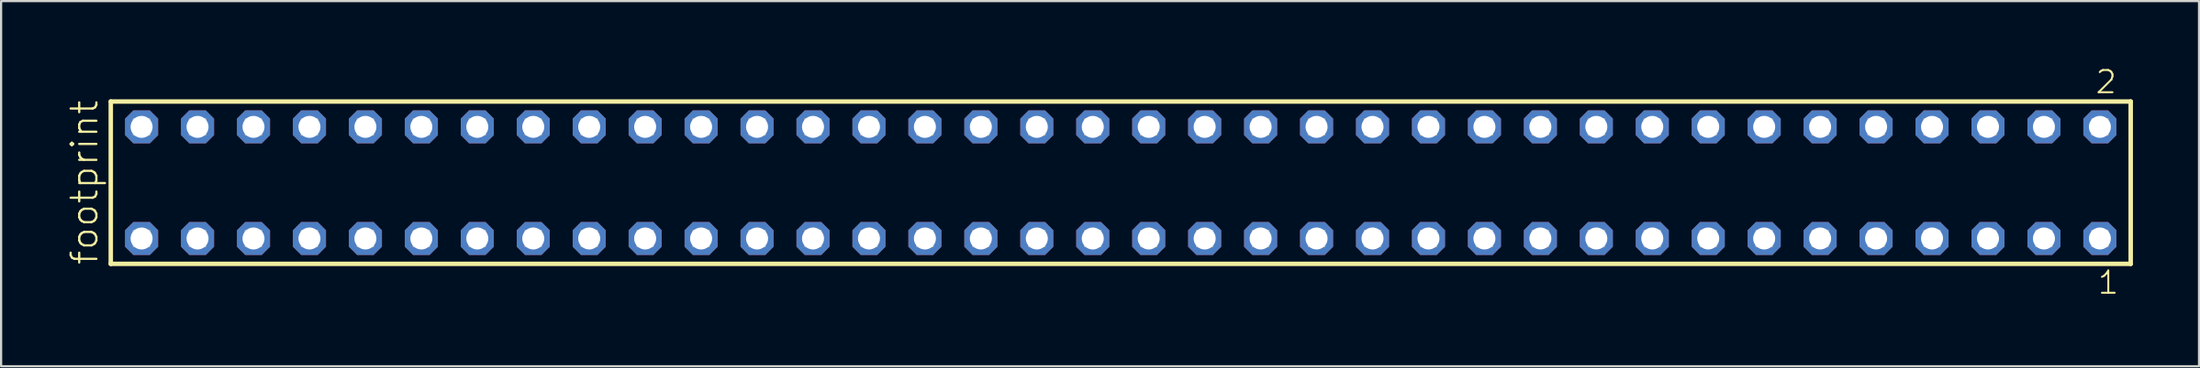
<source format=kicad_pcb>
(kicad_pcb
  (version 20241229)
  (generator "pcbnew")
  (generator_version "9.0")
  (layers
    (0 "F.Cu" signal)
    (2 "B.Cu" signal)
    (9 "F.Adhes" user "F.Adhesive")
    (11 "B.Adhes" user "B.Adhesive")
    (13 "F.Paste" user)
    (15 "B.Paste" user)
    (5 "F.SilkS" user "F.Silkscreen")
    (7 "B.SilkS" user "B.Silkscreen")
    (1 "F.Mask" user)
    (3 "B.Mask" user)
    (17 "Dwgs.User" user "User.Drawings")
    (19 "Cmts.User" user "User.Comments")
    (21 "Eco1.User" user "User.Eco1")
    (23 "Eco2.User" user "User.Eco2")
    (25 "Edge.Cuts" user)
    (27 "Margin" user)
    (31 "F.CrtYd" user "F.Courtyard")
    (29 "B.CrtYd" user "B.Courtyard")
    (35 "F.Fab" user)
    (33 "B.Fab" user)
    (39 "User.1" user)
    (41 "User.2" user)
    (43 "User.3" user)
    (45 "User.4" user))
  (footprint "footprint"
    (layer "F.Cu")
    (at 47.828 5.265)
    (property "Reference" "footprint" (at -46.355 3.81 90) (layer "F.SilkS") (effects (font (size 1.168 1.168) (thickness 0.102)) (justify left bottom)))
    (fp_line (start -45.849 -3.695) (end 45.849 -3.695) (stroke (width 0.203) (type solid)) (layer "F.SilkS"))
    (fp_line (start -45.849 3.695) (end -45.849 -3.695) (stroke (width 0.203) (type solid)) (layer "F.SilkS"))
    (fp_line (start 45.849 -3.695) (end 45.849 3.695) (stroke (width 0.203) (type solid)) (layer "F.SilkS"))
    (fp_line (start 45.849 3.695) (end -45.849 3.695) (stroke (width 0.203) (type solid)) (layer "F.SilkS"))
    (fp_poly (pts (xy -44.8 -2.19) (xy -44.1 -2.19) (xy -44.1 -2.89) (xy -44.8 -2.89)) (stroke (width 0.1) (type solid)) (fill no) (layer "F.Fab"))
    (fp_poly (pts (xy -44.8 2.89) (xy -44.1 2.89) (xy -44.1 2.19) (xy -44.8 2.19)) (stroke (width 0.1) (type solid)) (fill no) (layer "F.Fab"))
    (fp_poly (pts (xy -42.26 -2.19) (xy -41.56 -2.19) (xy -41.56 -2.89) (xy -42.26 -2.89)) (stroke (width 0.1) (type solid)) (fill no) (layer "F.Fab"))
    (fp_poly (pts (xy -42.26 2.89) (xy -41.56 2.89) (xy -41.56 2.19) (xy -42.26 2.19)) (stroke (width 0.1) (type solid)) (fill no) (layer "F.Fab"))
    (fp_poly (pts (xy -39.72 -2.19) (xy -39.02 -2.19) (xy -39.02 -2.89) (xy -39.72 -2.89)) (stroke (width 0.1) (type solid)) (fill no) (layer "F.Fab"))
    (fp_poly (pts (xy -39.72 2.89) (xy -39.02 2.89) (xy -39.02 2.19) (xy -39.72 2.19)) (stroke (width 0.1) (type solid)) (fill no) (layer "F.Fab"))
    (fp_poly (pts (xy -37.18 -2.19) (xy -36.48 -2.19) (xy -36.48 -2.89) (xy -37.18 -2.89)) (stroke (width 0.1) (type solid)) (fill no) (layer "F.Fab"))
    (fp_poly (pts (xy -37.18 2.89) (xy -36.48 2.89) (xy -36.48 2.19) (xy -37.18 2.19)) (stroke (width 0.1) (type solid)) (fill no) (layer "F.Fab"))
    (fp_poly (pts (xy -34.64 -2.19) (xy -33.94 -2.19) (xy -33.94 -2.89) (xy -34.64 -2.89)) (stroke (width 0.1) (type solid)) (fill no) (layer "F.Fab"))
    (fp_poly (pts (xy -34.64 2.89) (xy -33.94 2.89) (xy -33.94 2.19) (xy -34.64 2.19)) (stroke (width 0.1) (type solid)) (fill no) (layer "F.Fab"))
    (fp_poly (pts (xy -32.1 -2.19) (xy -31.4 -2.19) (xy -31.4 -2.89) (xy -32.1 -2.89)) (stroke (width 0.1) (type solid)) (fill no) (layer "F.Fab"))
    (fp_poly (pts (xy -32.1 2.89) (xy -31.4 2.89) (xy -31.4 2.19) (xy -32.1 2.19)) (stroke (width 0.1) (type solid)) (fill no) (layer "F.Fab"))
    (fp_poly (pts (xy -29.56 -2.19) (xy -28.86 -2.19) (xy -28.86 -2.89) (xy -29.56 -2.89)) (stroke (width 0.1) (type solid)) (fill no) (layer "F.Fab"))
    (fp_poly (pts (xy -29.56 2.89) (xy -28.86 2.89) (xy -28.86 2.19) (xy -29.56 2.19)) (stroke (width 0.1) (type solid)) (fill no) (layer "F.Fab"))
    (fp_poly (pts (xy -27.02 -2.19) (xy -26.32 -2.19) (xy -26.32 -2.89) (xy -27.02 -2.89)) (stroke (width 0.1) (type solid)) (fill no) (layer "F.Fab"))
    (fp_poly (pts (xy -27.02 2.89) (xy -26.32 2.89) (xy -26.32 2.19) (xy -27.02 2.19)) (stroke (width 0.1) (type solid)) (fill no) (layer "F.Fab"))
    (fp_poly (pts (xy -24.48 -2.19) (xy -23.78 -2.19) (xy -23.78 -2.89) (xy -24.48 -2.89)) (stroke (width 0.1) (type solid)) (fill no) (layer "F.Fab"))
    (fp_poly (pts (xy -24.48 2.89) (xy -23.78 2.89) (xy -23.78 2.19) (xy -24.48 2.19)) (stroke (width 0.1) (type solid)) (fill no) (layer "F.Fab"))
    (fp_poly (pts (xy -21.94 -2.19) (xy -21.24 -2.19) (xy -21.24 -2.89) (xy -21.94 -2.89)) (stroke (width 0.1) (type solid)) (fill no) (layer "F.Fab"))
    (fp_poly (pts (xy -21.94 2.89) (xy -21.24 2.89) (xy -21.24 2.19) (xy -21.94 2.19)) (stroke (width 0.1) (type solid)) (fill no) (layer "F.Fab"))
    (fp_poly (pts (xy -19.4 -2.19) (xy -18.7 -2.19) (xy -18.7 -2.89) (xy -19.4 -2.89)) (stroke (width 0.1) (type solid)) (fill no) (layer "F.Fab"))
    (fp_poly (pts (xy -19.4 2.89) (xy -18.7 2.89) (xy -18.7 2.19) (xy -19.4 2.19)) (stroke (width 0.1) (type solid)) (fill no) (layer "F.Fab"))
    (fp_poly (pts (xy -16.86 -2.19) (xy -16.16 -2.19) (xy -16.16 -2.89) (xy -16.86 -2.89)) (stroke (width 0.1) (type solid)) (fill no) (layer "F.Fab"))
    (fp_poly (pts (xy -16.86 2.89) (xy -16.16 2.89) (xy -16.16 2.19) (xy -16.86 2.19)) (stroke (width 0.1) (type solid)) (fill no) (layer "F.Fab"))
    (fp_poly (pts (xy -14.32 -2.19) (xy -13.62 -2.19) (xy -13.62 -2.89) (xy -14.32 -2.89)) (stroke (width 0.1) (type solid)) (fill no) (layer "F.Fab"))
    (fp_poly (pts (xy -14.32 2.89) (xy -13.62 2.89) (xy -13.62 2.19) (xy -14.32 2.19)) (stroke (width 0.1) (type solid)) (fill no) (layer "F.Fab"))
    (fp_poly (pts (xy -11.78 -2.19) (xy -11.08 -2.19) (xy -11.08 -2.89) (xy -11.78 -2.89)) (stroke (width 0.1) (type solid)) (fill no) (layer "F.Fab"))
    (fp_poly (pts (xy -11.78 2.89) (xy -11.08 2.89) (xy -11.08 2.19) (xy -11.78 2.19)) (stroke (width 0.1) (type solid)) (fill no) (layer "F.Fab"))
    (fp_poly (pts (xy -9.24 -2.19) (xy -8.54 -2.19) (xy -8.54 -2.89) (xy -9.24 -2.89)) (stroke (width 0.1) (type solid)) (fill no) (layer "F.Fab"))
    (fp_poly (pts (xy -9.24 2.89) (xy -8.54 2.89) (xy -8.54 2.19) (xy -9.24 2.19)) (stroke (width 0.1) (type solid)) (fill no) (layer "F.Fab"))
    (fp_poly (pts (xy -6.7 -2.19) (xy -6 -2.19) (xy -6 -2.89) (xy -6.7 -2.89)) (stroke (width 0.1) (type solid)) (fill no) (layer "F.Fab"))
    (fp_poly (pts (xy -6.7 2.89) (xy -6 2.89) (xy -6 2.19) (xy -6.7 2.19)) (stroke (width 0.1) (type solid)) (fill no) (layer "F.Fab"))
    (fp_poly (pts (xy -4.16 -2.19) (xy -3.46 -2.19) (xy -3.46 -2.89) (xy -4.16 -2.89)) (stroke (width 0.1) (type solid)) (fill no) (layer "F.Fab"))
    (fp_poly (pts (xy -4.16 2.89) (xy -3.46 2.89) (xy -3.46 2.19) (xy -4.16 2.19)) (stroke (width 0.1) (type solid)) (fill no) (layer "F.Fab"))
    (fp_poly (pts (xy -1.62 -2.19) (xy -0.92 -2.19) (xy -0.92 -2.89) (xy -1.62 -2.89)) (stroke (width 0.1) (type solid)) (fill no) (layer "F.Fab"))
    (fp_poly (pts (xy -1.62 2.89) (xy -0.92 2.89) (xy -0.92 2.19) (xy -1.62 2.19)) (stroke (width 0.1) (type solid)) (fill no) (layer "F.Fab"))
    (fp_poly (pts (xy 0.92 -2.19) (xy 1.62 -2.19) (xy 1.62 -2.89) (xy 0.92 -2.89)) (stroke (width 0.1) (type solid)) (fill no) (layer "F.Fab"))
    (fp_poly (pts (xy 0.92 2.89) (xy 1.62 2.89) (xy 1.62 2.19) (xy 0.92 2.19)) (stroke (width 0.1) (type solid)) (fill no) (layer "F.Fab"))
    (fp_poly (pts (xy 3.46 -2.19) (xy 4.16 -2.19) (xy 4.16 -2.89) (xy 3.46 -2.89)) (stroke (width 0.1) (type solid)) (fill no) (layer "F.Fab"))
    (fp_poly (pts (xy 3.46 2.89) (xy 4.16 2.89) (xy 4.16 2.19) (xy 3.46 2.19)) (stroke (width 0.1) (type solid)) (fill no) (layer "F.Fab"))
    (fp_poly (pts (xy 6 -2.19) (xy 6.7 -2.19) (xy 6.7 -2.89) (xy 6 -2.89)) (stroke (width 0.1) (type solid)) (fill no) (layer "F.Fab"))
    (fp_poly (pts (xy 6 2.89) (xy 6.7 2.89) (xy 6.7 2.19) (xy 6 2.19)) (stroke (width 0.1) (type solid)) (fill no) (layer "F.Fab"))
    (fp_poly (pts (xy 8.54 -2.19) (xy 9.24 -2.19) (xy 9.24 -2.89) (xy 8.54 -2.89)) (stroke (width 0.1) (type solid)) (fill no) (layer "F.Fab"))
    (fp_poly (pts (xy 8.54 2.89) (xy 9.24 2.89) (xy 9.24 2.19) (xy 8.54 2.19)) (stroke (width 0.1) (type solid)) (fill no) (layer "F.Fab"))
    (fp_poly (pts (xy 11.08 -2.19) (xy 11.78 -2.19) (xy 11.78 -2.89) (xy 11.08 -2.89)) (stroke (width 0.1) (type solid)) (fill no) (layer "F.Fab"))
    (fp_poly (pts (xy 11.08 2.89) (xy 11.78 2.89) (xy 11.78 2.19) (xy 11.08 2.19)) (stroke (width 0.1) (type solid)) (fill no) (layer "F.Fab"))
    (fp_poly (pts (xy 13.62 -2.19) (xy 14.32 -2.19) (xy 14.32 -2.89) (xy 13.62 -2.89)) (stroke (width 0.1) (type solid)) (fill no) (layer "F.Fab"))
    (fp_poly (pts (xy 13.62 2.89) (xy 14.32 2.89) (xy 14.32 2.19) (xy 13.62 2.19)) (stroke (width 0.1) (type solid)) (fill no) (layer "F.Fab"))
    (fp_poly (pts (xy 16.16 -2.19) (xy 16.86 -2.19) (xy 16.86 -2.89) (xy 16.16 -2.89)) (stroke (width 0.1) (type solid)) (fill no) (layer "F.Fab"))
    (fp_poly (pts (xy 16.16 2.89) (xy 16.86 2.89) (xy 16.86 2.19) (xy 16.16 2.19)) (stroke (width 0.1) (type solid)) (fill no) (layer "F.Fab"))
    (fp_poly (pts (xy 18.7 -2.19) (xy 19.4 -2.19) (xy 19.4 -2.89) (xy 18.7 -2.89)) (stroke (width 0.1) (type solid)) (fill no) (layer "F.Fab"))
    (fp_poly (pts (xy 18.7 2.89) (xy 19.4 2.89) (xy 19.4 2.19) (xy 18.7 2.19)) (stroke (width 0.1) (type solid)) (fill no) (layer "F.Fab"))
    (fp_poly (pts (xy 21.24 -2.19) (xy 21.94 -2.19) (xy 21.94 -2.89) (xy 21.24 -2.89)) (stroke (width 0.1) (type solid)) (fill no) (layer "F.Fab"))
    (fp_poly (pts (xy 21.24 2.89) (xy 21.94 2.89) (xy 21.94 2.19) (xy 21.24 2.19)) (stroke (width 0.1) (type solid)) (fill no) (layer "F.Fab"))
    (fp_poly (pts (xy 23.78 -2.19) (xy 24.48 -2.19) (xy 24.48 -2.89) (xy 23.78 -2.89)) (stroke (width 0.1) (type solid)) (fill no) (layer "F.Fab"))
    (fp_poly (pts (xy 23.78 2.89) (xy 24.48 2.89) (xy 24.48 2.19) (xy 23.78 2.19)) (stroke (width 0.1) (type solid)) (fill no) (layer "F.Fab"))
    (fp_poly (pts (xy 26.32 -2.19) (xy 27.02 -2.19) (xy 27.02 -2.89) (xy 26.32 -2.89)) (stroke (width 0.1) (type solid)) (fill no) (layer "F.Fab"))
    (fp_poly (pts (xy 26.32 2.89) (xy 27.02 2.89) (xy 27.02 2.19) (xy 26.32 2.19)) (stroke (width 0.1) (type solid)) (fill no) (layer "F.Fab"))
    (fp_poly (pts (xy 28.86 -2.19) (xy 29.56 -2.19) (xy 29.56 -2.89) (xy 28.86 -2.89)) (stroke (width 0.1) (type solid)) (fill no) (layer "F.Fab"))
    (fp_poly (pts (xy 28.86 2.89) (xy 29.56 2.89) (xy 29.56 2.19) (xy 28.86 2.19)) (stroke (width 0.1) (type solid)) (fill no) (layer "F.Fab"))
    (fp_poly (pts (xy 31.4 -2.19) (xy 32.1 -2.19) (xy 32.1 -2.89) (xy 31.4 -2.89)) (stroke (width 0.1) (type solid)) (fill no) (layer "F.Fab"))
    (fp_poly (pts (xy 31.4 2.89) (xy 32.1 2.89) (xy 32.1 2.19) (xy 31.4 2.19)) (stroke (width 0.1) (type solid)) (fill no) (layer "F.Fab"))
    (fp_poly (pts (xy 33.94 -2.19) (xy 34.64 -2.19) (xy 34.64 -2.89) (xy 33.94 -2.89)) (stroke (width 0.1) (type solid)) (fill no) (layer "F.Fab"))
    (fp_poly (pts (xy 33.94 2.89) (xy 34.64 2.89) (xy 34.64 2.19) (xy 33.94 2.19)) (stroke (width 0.1) (type solid)) (fill no) (layer "F.Fab"))
    (fp_poly (pts (xy 36.48 -2.19) (xy 37.18 -2.19) (xy 37.18 -2.89) (xy 36.48 -2.89)) (stroke (width 0.1) (type solid)) (fill no) (layer "F.Fab"))
    (fp_poly (pts (xy 36.48 2.89) (xy 37.18 2.89) (xy 37.18 2.19) (xy 36.48 2.19)) (stroke (width 0.1) (type solid)) (fill no) (layer "F.Fab"))
    (fp_poly (pts (xy 39.02 -2.19) (xy 39.72 -2.19) (xy 39.72 -2.89) (xy 39.02 -2.89)) (stroke (width 0.1) (type solid)) (fill no) (layer "F.Fab"))
    (fp_poly (pts (xy 39.02 2.89) (xy 39.72 2.89) (xy 39.72 2.19) (xy 39.02 2.19)) (stroke (width 0.1) (type solid)) (fill no) (layer "F.Fab"))
    (fp_poly (pts (xy 41.56 -2.19) (xy 42.26 -2.19) (xy 42.26 -2.89) (xy 41.56 -2.89)) (stroke (width 0.1) (type solid)) (fill no) (layer "F.Fab"))
    (fp_poly (pts (xy 41.56 2.89) (xy 42.26 2.89) (xy 42.26 2.19) (xy 41.56 2.19)) (stroke (width 0.1) (type solid)) (fill no) (layer "F.Fab"))
    (fp_poly (pts (xy 44.1 -2.19) (xy 44.8 -2.19) (xy 44.8 -2.89) (xy 44.1 -2.89)) (stroke (width 0.1) (type solid)) (fill no) (layer "F.Fab"))
    (fp_poly (pts (xy 44.1 2.89) (xy 44.8 2.89) (xy 44.8 2.19) (xy 44.1 2.19)) (stroke (width 0.1) (type solid)) (fill no) (layer "F.Fab"))
    (fp_text user "1" (at 44.292 5.138 0) (layer "F.SilkS") (effects (font (size 1.012 1.012) (thickness 0.088)) (justify left bottom)))
    (fp_text user "2" (at 44.192 -3.989 0) (layer "F.SilkS") (effects (font (size 1.012 1.012) (thickness 0.088)) (justify left bottom)))
    (pad "1" thru_hole roundrect (at 44.45 2.54 180) (size 1.5 1.5) (drill 1) (layers "*.Cu" "*.Mask") (roundrect_rratio 0.25) (chamfer_ratio 0.25) (chamfer top_left top_right bottom_left bottom_right))
    (pad "2" thru_hole roundrect (at 44.45 -2.54 180) (size 1.5 1.5) (drill 1) (layers "*.Cu" "*.Mask") (roundrect_rratio 0.25) (chamfer_ratio 0.25) (chamfer top_left top_right bottom_left bottom_right))
    (pad "3" thru_hole roundrect (at 41.91 2.54 180) (size 1.5 1.5) (drill 1) (layers "*.Cu" "*.Mask") (roundrect_rratio 0.25) (chamfer_ratio 0.25) (chamfer top_left top_right bottom_left bottom_right))
    (pad "4" thru_hole roundrect (at 41.91 -2.54 180) (size 1.5 1.5) (drill 1) (layers "*.Cu" "*.Mask") (roundrect_rratio 0.25) (chamfer_ratio 0.25) (chamfer top_left top_right bottom_left bottom_right))
    (pad "5" thru_hole roundrect (at 39.37 2.54 180) (size 1.5 1.5) (drill 1) (layers "*.Cu" "*.Mask") (roundrect_rratio 0.25) (chamfer_ratio 0.25) (chamfer top_left top_right bottom_left bottom_right))
    (pad "6" thru_hole roundrect (at 39.37 -2.54 180) (size 1.5 1.5) (drill 1) (layers "*.Cu" "*.Mask") (roundrect_rratio 0.25) (chamfer_ratio 0.25) (chamfer top_left top_right bottom_left bottom_right))
    (pad "7" thru_hole roundrect (at 36.83 2.54 180) (size 1.5 1.5) (drill 1) (layers "*.Cu" "*.Mask") (roundrect_rratio 0.25) (chamfer_ratio 0.25) (chamfer top_left top_right bottom_left bottom_right))
    (pad "8" thru_hole roundrect (at 36.83 -2.54 180) (size 1.5 1.5) (drill 1) (layers "*.Cu" "*.Mask") (roundrect_rratio 0.25) (chamfer_ratio 0.25) (chamfer top_left top_right bottom_left bottom_right))
    (pad "9" thru_hole roundrect (at 34.29 2.54 180) (size 1.5 1.5) (drill 1) (layers "*.Cu" "*.Mask") (roundrect_rratio 0.25) (chamfer_ratio 0.25) (chamfer top_left top_right bottom_left bottom_right))
    (pad "10" thru_hole roundrect (at 34.29 -2.54 180) (size 1.5 1.5) (drill 1) (layers "*.Cu" "*.Mask") (roundrect_rratio 0.25) (chamfer_ratio 0.25) (chamfer top_left top_right bottom_left bottom_right))
    (pad "11" thru_hole roundrect (at 31.75 2.54 180) (size 1.5 1.5) (drill 1) (layers "*.Cu" "*.Mask") (roundrect_rratio 0.25) (chamfer_ratio 0.25) (chamfer top_left top_right bottom_left bottom_right))
    (pad "12" thru_hole roundrect (at 31.75 -2.54 180) (size 1.5 1.5) (drill 1) (layers "*.Cu" "*.Mask") (roundrect_rratio 0.25) (chamfer_ratio 0.25) (chamfer top_left top_right bottom_left bottom_right))
    (pad "13" thru_hole roundrect (at 29.21 2.54 180) (size 1.5 1.5) (drill 1) (layers "*.Cu" "*.Mask") (roundrect_rratio 0.25) (chamfer_ratio 0.25) (chamfer top_left top_right bottom_left bottom_right))
    (pad "14" thru_hole roundrect (at 29.21 -2.54 180) (size 1.5 1.5) (drill 1) (layers "*.Cu" "*.Mask") (roundrect_rratio 0.25) (chamfer_ratio 0.25) (chamfer top_left top_right bottom_left bottom_right))
    (pad "15" thru_hole roundrect (at 26.67 2.54 180) (size 1.5 1.5) (drill 1) (layers "*.Cu" "*.Mask") (roundrect_rratio 0.25) (chamfer_ratio 0.25) (chamfer top_left top_right bottom_left bottom_right))
    (pad "16" thru_hole roundrect (at 26.67 -2.54 180) (size 1.5 1.5) (drill 1) (layers "*.Cu" "*.Mask") (roundrect_rratio 0.25) (chamfer_ratio 0.25) (chamfer top_left top_right bottom_left bottom_right))
    (pad "17" thru_hole roundrect (at 24.13 2.54 180) (size 1.5 1.5) (drill 1) (layers "*.Cu" "*.Mask") (roundrect_rratio 0.25) (chamfer_ratio 0.25) (chamfer top_left top_right bottom_left bottom_right))
    (pad "18" thru_hole roundrect (at 24.13 -2.54 180) (size 1.5 1.5) (drill 1) (layers "*.Cu" "*.Mask") (roundrect_rratio 0.25) (chamfer_ratio 0.25) (chamfer top_left top_right bottom_left bottom_right))
    (pad "19" thru_hole roundrect (at 21.59 2.54 180) (size 1.5 1.5) (drill 1) (layers "*.Cu" "*.Mask") (roundrect_rratio 0.25) (chamfer_ratio 0.25) (chamfer top_left top_right bottom_left bottom_right))
    (pad "20" thru_hole roundrect (at 21.59 -2.54 180) (size 1.5 1.5) (drill 1) (layers "*.Cu" "*.Mask") (roundrect_rratio 0.25) (chamfer_ratio 0.25) (chamfer top_left top_right bottom_left bottom_right))
    (pad "21" thru_hole roundrect (at 19.05 2.54 180) (size 1.5 1.5) (drill 1) (layers "*.Cu" "*.Mask") (roundrect_rratio 0.25) (chamfer_ratio 0.25) (chamfer top_left top_right bottom_left bottom_right))
    (pad "22" thru_hole roundrect (at 19.05 -2.54 180) (size 1.5 1.5) (drill 1) (layers "*.Cu" "*.Mask") (roundrect_rratio 0.25) (chamfer_ratio 0.25) (chamfer top_left top_right bottom_left bottom_right))
    (pad "23" thru_hole roundrect (at 16.51 2.54 180) (size 1.5 1.5) (drill 1) (layers "*.Cu" "*.Mask") (roundrect_rratio 0.25) (chamfer_ratio 0.25) (chamfer top_left top_right bottom_left bottom_right))
    (pad "24" thru_hole roundrect (at 16.51 -2.54 180) (size 1.5 1.5) (drill 1) (layers "*.Cu" "*.Mask") (roundrect_rratio 0.25) (chamfer_ratio 0.25) (chamfer top_left top_right bottom_left bottom_right))
    (pad "25" thru_hole roundrect (at 13.97 2.54 180) (size 1.5 1.5) (drill 1) (layers "*.Cu" "*.Mask") (roundrect_rratio 0.25) (chamfer_ratio 0.25) (chamfer top_left top_right bottom_left bottom_right))
    (pad "26" thru_hole roundrect (at 13.97 -2.54 180) (size 1.5 1.5) (drill 1) (layers "*.Cu" "*.Mask") (roundrect_rratio 0.25) (chamfer_ratio 0.25) (chamfer top_left top_right bottom_left bottom_right))
    (pad "27" thru_hole roundrect (at 11.43 2.54 180) (size 1.5 1.5) (drill 1) (layers "*.Cu" "*.Mask") (roundrect_rratio 0.25) (chamfer_ratio 0.25) (chamfer top_left top_right bottom_left bottom_right))
    (pad "28" thru_hole roundrect (at 11.43 -2.54 180) (size 1.5 1.5) (drill 1) (layers "*.Cu" "*.Mask") (roundrect_rratio 0.25) (chamfer_ratio 0.25) (chamfer top_left top_right bottom_left bottom_right))
    (pad "29" thru_hole roundrect (at 8.89 2.54 180) (size 1.5 1.5) (drill 1) (layers "*.Cu" "*.Mask") (roundrect_rratio 0.25) (chamfer_ratio 0.25) (chamfer top_left top_right bottom_left bottom_right))
    (pad "30" thru_hole roundrect (at 8.89 -2.54 180) (size 1.5 1.5) (drill 1) (layers "*.Cu" "*.Mask") (roundrect_rratio 0.25) (chamfer_ratio 0.25) (chamfer top_left top_right bottom_left bottom_right))
    (pad "31" thru_hole roundrect (at 6.35 2.54 180) (size 1.5 1.5) (drill 1) (layers "*.Cu" "*.Mask") (roundrect_rratio 0.25) (chamfer_ratio 0.25) (chamfer top_left top_right bottom_left bottom_right))
    (pad "32" thru_hole roundrect (at 6.35 -2.54 180) (size 1.5 1.5) (drill 1) (layers "*.Cu" "*.Mask") (roundrect_rratio 0.25) (chamfer_ratio 0.25) (chamfer top_left top_right bottom_left bottom_right))
    (pad "33" thru_hole roundrect (at 3.81 2.54 180) (size 1.5 1.5) (drill 1) (layers "*.Cu" "*.Mask") (roundrect_rratio 0.25) (chamfer_ratio 0.25) (chamfer top_left top_right bottom_left bottom_right))
    (pad "34" thru_hole roundrect (at 3.81 -2.54 180) (size 1.5 1.5) (drill 1) (layers "*.Cu" "*.Mask") (roundrect_rratio 0.25) (chamfer_ratio 0.25) (chamfer top_left top_right bottom_left bottom_right))
    (pad "35" thru_hole roundrect (at 1.27 2.54 180) (size 1.5 1.5) (drill 1) (layers "*.Cu" "*.Mask") (roundrect_rratio 0.25) (chamfer_ratio 0.25) (chamfer top_left top_right bottom_left bottom_right))
    (pad "36" thru_hole roundrect (at 1.27 -2.54 180) (size 1.5 1.5) (drill 1) (layers "*.Cu" "*.Mask") (roundrect_rratio 0.25) (chamfer_ratio 0.25) (chamfer top_left top_right bottom_left bottom_right))
    (pad "37" thru_hole roundrect (at -1.27 2.54 180) (size 1.5 1.5) (drill 1) (layers "*.Cu" "*.Mask") (roundrect_rratio 0.25) (chamfer_ratio 0.25) (chamfer top_left top_right bottom_left bottom_right))
    (pad "38" thru_hole roundrect (at -1.27 -2.54 180) (size 1.5 1.5) (drill 1) (layers "*.Cu" "*.Mask") (roundrect_rratio 0.25) (chamfer_ratio 0.25) (chamfer top_left top_right bottom_left bottom_right))
    (pad "39" thru_hole roundrect (at -3.81 2.54 180) (size 1.5 1.5) (drill 1) (layers "*.Cu" "*.Mask") (roundrect_rratio 0.25) (chamfer_ratio 0.25) (chamfer top_left top_right bottom_left bottom_right))
    (pad "40" thru_hole roundrect (at -3.81 -2.54 180) (size 1.5 1.5) (drill 1) (layers "*.Cu" "*.Mask") (roundrect_rratio 0.25) (chamfer_ratio 0.25) (chamfer top_left top_right bottom_left bottom_right))
    (pad "41" thru_hole roundrect (at -6.35 2.54 180) (size 1.5 1.5) (drill 1) (layers "*.Cu" "*.Mask") (roundrect_rratio 0.25) (chamfer_ratio 0.25) (chamfer top_left top_right bottom_left bottom_right))
    (pad "42" thru_hole roundrect (at -6.35 -2.54 180) (size 1.5 1.5) (drill 1) (layers "*.Cu" "*.Mask") (roundrect_rratio 0.25) (chamfer_ratio 0.25) (chamfer top_left top_right bottom_left bottom_right))
    (pad "43" thru_hole roundrect (at -8.89 2.54 180) (size 1.5 1.5) (drill 1) (layers "*.Cu" "*.Mask") (roundrect_rratio 0.25) (chamfer_ratio 0.25) (chamfer top_left top_right bottom_left bottom_right))
    (pad "44" thru_hole roundrect (at -8.89 -2.54 180) (size 1.5 1.5) (drill 1) (layers "*.Cu" "*.Mask") (roundrect_rratio 0.25) (chamfer_ratio 0.25) (chamfer top_left top_right bottom_left bottom_right))
    (pad "45" thru_hole roundrect (at -11.43 2.54 180) (size 1.5 1.5) (drill 1) (layers "*.Cu" "*.Mask") (roundrect_rratio 0.25) (chamfer_ratio 0.25) (chamfer top_left top_right bottom_left bottom_right))
    (pad "46" thru_hole roundrect (at -11.43 -2.54 180) (size 1.5 1.5) (drill 1) (layers "*.Cu" "*.Mask") (roundrect_rratio 0.25) (chamfer_ratio 0.25) (chamfer top_left top_right bottom_left bottom_right))
    (pad "47" thru_hole roundrect (at -13.97 2.54 180) (size 1.5 1.5) (drill 1) (layers "*.Cu" "*.Mask") (roundrect_rratio 0.25) (chamfer_ratio 0.25) (chamfer top_left top_right bottom_left bottom_right))
    (pad "48" thru_hole roundrect (at -13.97 -2.54 180) (size 1.5 1.5) (drill 1) (layers "*.Cu" "*.Mask") (roundrect_rratio 0.25) (chamfer_ratio 0.25) (chamfer top_left top_right bottom_left bottom_right))
    (pad "49" thru_hole roundrect (at -16.51 2.54 180) (size 1.5 1.5) (drill 1) (layers "*.Cu" "*.Mask") (roundrect_rratio 0.25) (chamfer_ratio 0.25) (chamfer top_left top_right bottom_left bottom_right))
    (pad "50" thru_hole roundrect (at -16.51 -2.54 180) (size 1.5 1.5) (drill 1) (layers "*.Cu" "*.Mask") (roundrect_rratio 0.25) (chamfer_ratio 0.25) (chamfer top_left top_right bottom_left bottom_right))
    (pad "51" thru_hole roundrect (at -19.05 2.54 180) (size 1.5 1.5) (drill 1) (layers "*.Cu" "*.Mask") (roundrect_rratio 0.25) (chamfer_ratio 0.25) (chamfer top_left top_right bottom_left bottom_right))
    (pad "52" thru_hole roundrect (at -19.05 -2.54 180) (size 1.5 1.5) (drill 1) (layers "*.Cu" "*.Mask") (roundrect_rratio 0.25) (chamfer_ratio 0.25) (chamfer top_left top_right bottom_left bottom_right))
    (pad "53" thru_hole roundrect (at -21.59 2.54 180) (size 1.5 1.5) (drill 1) (layers "*.Cu" "*.Mask") (roundrect_rratio 0.25) (chamfer_ratio 0.25) (chamfer top_left top_right bottom_left bottom_right))
    (pad "54" thru_hole roundrect (at -21.59 -2.54 180) (size 1.5 1.5) (drill 1) (layers "*.Cu" "*.Mask") (roundrect_rratio 0.25) (chamfer_ratio 0.25) (chamfer top_left top_right bottom_left bottom_right))
    (pad "55" thru_hole roundrect (at -24.13 2.54 180) (size 1.5 1.5) (drill 1) (layers "*.Cu" "*.Mask") (roundrect_rratio 0.25) (chamfer_ratio 0.25) (chamfer top_left top_right bottom_left bottom_right))
    (pad "56" thru_hole roundrect (at -24.13 -2.54 180) (size 1.5 1.5) (drill 1) (layers "*.Cu" "*.Mask") (roundrect_rratio 0.25) (chamfer_ratio 0.25) (chamfer top_left top_right bottom_left bottom_right))
    (pad "57" thru_hole roundrect (at -26.67 2.54 180) (size 1.5 1.5) (drill 1) (layers "*.Cu" "*.Mask") (roundrect_rratio 0.25) (chamfer_ratio 0.25) (chamfer top_left top_right bottom_left bottom_right))
    (pad "58" thru_hole roundrect (at -26.67 -2.54 180) (size 1.5 1.5) (drill 1) (layers "*.Cu" "*.Mask") (roundrect_rratio 0.25) (chamfer_ratio 0.25) (chamfer top_left top_right bottom_left bottom_right))
    (pad "59" thru_hole roundrect (at -29.21 2.54 180) (size 1.5 1.5) (drill 1) (layers "*.Cu" "*.Mask") (roundrect_rratio 0.25) (chamfer_ratio 0.25) (chamfer top_left top_right bottom_left bottom_right))
    (pad "60" thru_hole roundrect (at -29.21 -2.54 180) (size 1.5 1.5) (drill 1) (layers "*.Cu" "*.Mask") (roundrect_rratio 0.25) (chamfer_ratio 0.25) (chamfer top_left top_right bottom_left bottom_right))
    (pad "61" thru_hole roundrect (at -31.75 2.54 180) (size 1.5 1.5) (drill 1) (layers "*.Cu" "*.Mask") (roundrect_rratio 0.25) (chamfer_ratio 0.25) (chamfer top_left top_right bottom_left bottom_right))
    (pad "62" thru_hole roundrect (at -31.75 -2.54 180) (size 1.5 1.5) (drill 1) (layers "*.Cu" "*.Mask") (roundrect_rratio 0.25) (chamfer_ratio 0.25) (chamfer top_left top_right bottom_left bottom_right))
    (pad "63" thru_hole roundrect (at -34.29 2.54 180) (size 1.5 1.5) (drill 1) (layers "*.Cu" "*.Mask") (roundrect_rratio 0.25) (chamfer_ratio 0.25) (chamfer top_left top_right bottom_left bottom_right))
    (pad "64" thru_hole roundrect (at -34.29 -2.54 180) (size 1.5 1.5) (drill 1) (layers "*.Cu" "*.Mask") (roundrect_rratio 0.25) (chamfer_ratio 0.25) (chamfer top_left top_right bottom_left bottom_right))
    (pad "65" thru_hole roundrect (at -36.83 2.54 180) (size 1.5 1.5) (drill 1) (layers "*.Cu" "*.Mask") (roundrect_rratio 0.25) (chamfer_ratio 0.25) (chamfer top_left top_right bottom_left bottom_right))
    (pad "66" thru_hole roundrect (at -36.83 -2.54 180) (size 1.5 1.5) (drill 1) (layers "*.Cu" "*.Mask") (roundrect_rratio 0.25) (chamfer_ratio 0.25) (chamfer top_left top_right bottom_left bottom_right))
    (pad "67" thru_hole roundrect (at -39.37 2.54 180) (size 1.5 1.5) (drill 1) (layers "*.Cu" "*.Mask") (roundrect_rratio 0.25) (chamfer_ratio 0.25) (chamfer top_left top_right bottom_left bottom_right))
    (pad "68" thru_hole roundrect (at -39.37 -2.54 180) (size 1.5 1.5) (drill 1) (layers "*.Cu" "*.Mask") (roundrect_rratio 0.25) (chamfer_ratio 0.25) (chamfer top_left top_right bottom_left bottom_right))
    (pad "69" thru_hole roundrect (at -41.91 2.54 180) (size 1.5 1.5) (drill 1) (layers "*.Cu" "*.Mask") (roundrect_rratio 0.25) (chamfer_ratio 0.25) (chamfer top_left top_right bottom_left bottom_right))
    (pad "70" thru_hole roundrect (at -41.91 -2.54 180) (size 1.5 1.5) (drill 1) (layers "*.Cu" "*.Mask") (roundrect_rratio 0.25) (chamfer_ratio 0.25) (chamfer top_left top_right bottom_left bottom_right))
    (pad "71" thru_hole roundrect (at -44.45 2.54 180) (size 1.5 1.5) (drill 1) (layers "*.Cu" "*.Mask") (roundrect_rratio 0.25) (chamfer_ratio 0.25) (chamfer top_left top_right bottom_left bottom_right))
    (pad "72" thru_hole roundrect (at -44.45 -2.54 180) (size 1.5 1.5) (drill 1) (layers "*.Cu" "*.Mask") (roundrect_rratio 0.25) (chamfer_ratio 0.25) (chamfer top_left top_right bottom_left bottom_right)))
  (gr_rect
    (start -3 -3)
    (end 96.779 13.62)
    (stroke (width 0.1) (type default))
    (fill no)
    (layer "Edge.Cuts")))
</source>
